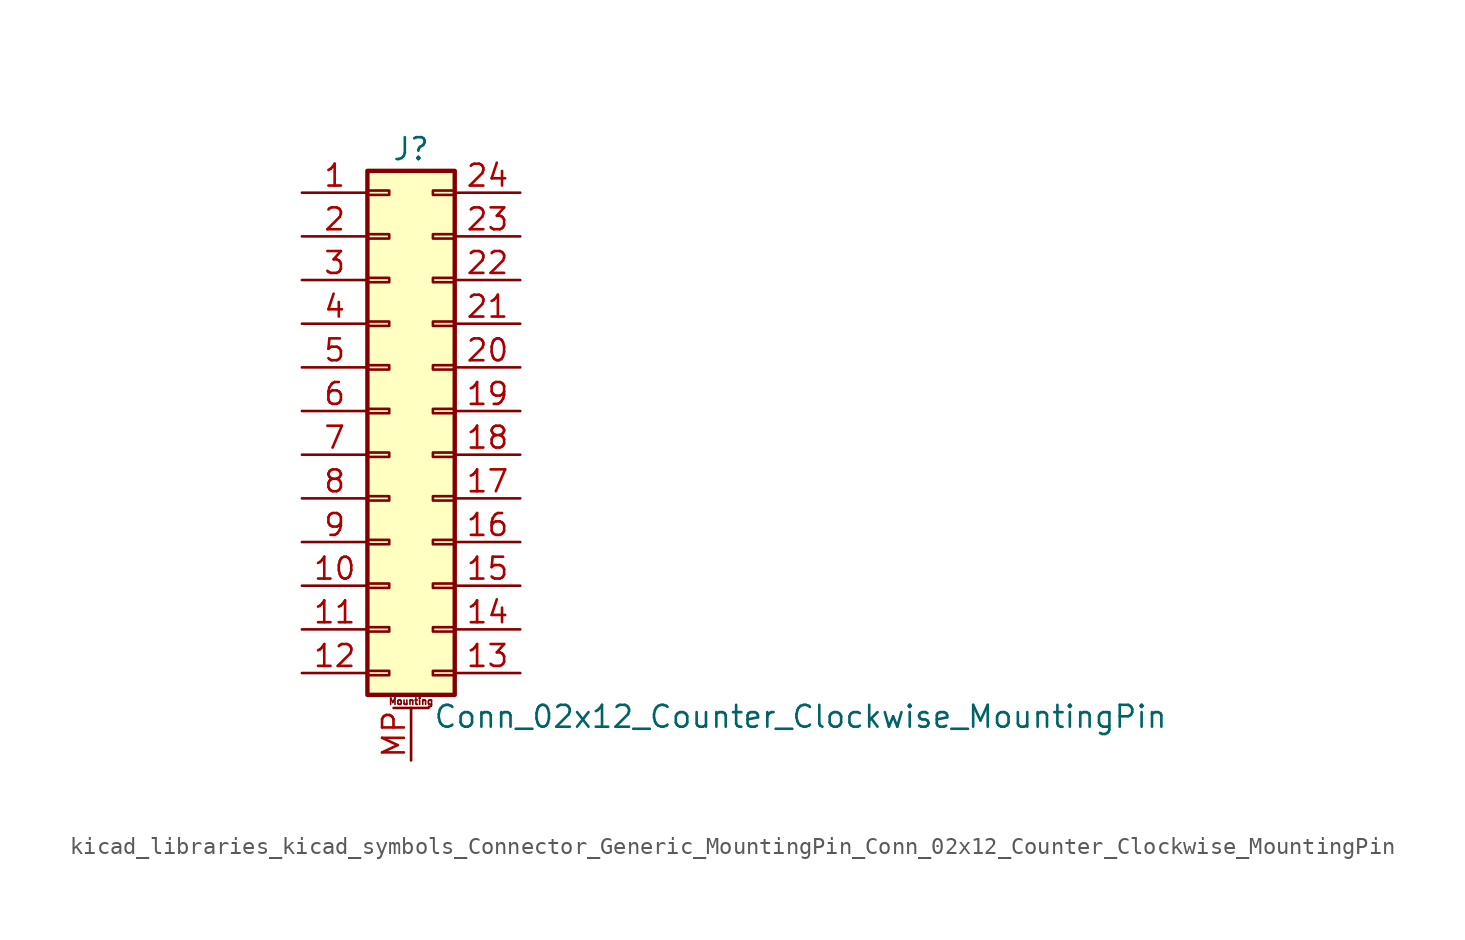
<source format=kicad_sym>
(kicad_symbol_lib
  (version 20220914)
  (generator kicad_symbol_editor)
  (symbol "kicad_libraries_kicad_symbols_Connector_Generic_MountingPin_Conn_02x12_Counter_Clockwise_MountingPin"
    (pin_names
      (offset 1.016) hide)
    (property "Reference" "J"
      (at 1.27 15.24 0)
      (effects (font (size 1.27 1.27))))
    (property "Value" "Conn_02x12_Counter_Clockwise_MountingPin"
      (at 2.54 -17.78 0)
      (effects (font (size 1.27 1.27)) (justify left)))
    (symbol "kicad_libraries_kicad_symbols_Connector_Generic_MountingPin_Conn_02x12_Counter_Clockwise_MountingPin_1_1"
      (rectangle (start -1.27 -15.113) (end 0 -15.367) (stroke (width 0.152) (type default)) (fill (type none)))
      (rectangle (start -1.27 -12.573) (end 0 -12.827) (stroke (width 0.152) (type default)) (fill (type none)))
      (rectangle (start -1.27 -10.033) (end 0 -10.287) (stroke (width 0.152) (type default)) (fill (type none)))
      (rectangle (start -1.27 -7.493) (end 0 -7.747) (stroke (width 0.152) (type default)) (fill (type none)))
      (rectangle (start -1.27 -4.953) (end 0 -5.207) (stroke (width 0.152) (type default)) (fill (type none)))
      (rectangle (start -1.27 -2.413) (end 0 -2.667) (stroke (width 0.152) (type default)) (fill (type none)))
      (rectangle (start -1.27 0.127) (end 0 -0.127) (stroke (width 0.152) (type default)) (fill (type none)))
      (rectangle (start -1.27 2.667) (end 0 2.413) (stroke (width 0.152) (type default)) (fill (type none)))
      (rectangle (start -1.27 5.207) (end 0 4.953) (stroke (width 0.152) (type default)) (fill (type none)))
      (rectangle (start -1.27 7.747) (end 0 7.493) (stroke (width 0.152) (type default)) (fill (type none)))
      (rectangle (start -1.27 10.287) (end 0 10.033) (stroke (width 0.152) (type default)) (fill (type none)))
      (rectangle (start -1.27 12.827) (end 0 12.573) (stroke (width 0.152) (type default)) (fill (type none)))
      (rectangle (start -1.27 13.97) (end 3.81 -16.51) (stroke (width 0.254) (type default)) (fill (type background)))
      (polyline (pts (xy 0.254 -17.272) (xy 2.286 -17.272)) (stroke (width 0.152) (type default)) (fill (type none)))
      (rectangle (start 3.81 -15.113) (end 2.54 -15.367) (stroke (width 0.152) (type default)) (fill (type none)))
      (rectangle (start 3.81 -12.573) (end 2.54 -12.827) (stroke (width 0.152) (type default)) (fill (type none)))
      (rectangle (start 3.81 -10.033) (end 2.54 -10.287) (stroke (width 0.152) (type default)) (fill (type none)))
      (rectangle (start 3.81 -7.493) (end 2.54 -7.747) (stroke (width 0.152) (type default)) (fill (type none)))
      (rectangle (start 3.81 -4.953) (end 2.54 -5.207) (stroke (width 0.152) (type default)) (fill (type none)))
      (rectangle (start 3.81 -2.413) (end 2.54 -2.667) (stroke (width 0.152) (type default)) (fill (type none)))
      (rectangle (start 3.81 0.127) (end 2.54 -0.127) (stroke (width 0.152) (type default)) (fill (type none)))
      (rectangle (start 3.81 2.667) (end 2.54 2.413) (stroke (width 0.152) (type default)) (fill (type none)))
      (rectangle (start 3.81 5.207) (end 2.54 4.953) (stroke (width 0.152) (type default)) (fill (type none)))
      (rectangle (start 3.81 7.747) (end 2.54 7.493) (stroke (width 0.152) (type default)) (fill (type none)))
      (rectangle (start 3.81 10.287) (end 2.54 10.033) (stroke (width 0.152) (type default)) (fill (type none)))
      (rectangle (start 3.81 12.827) (end 2.54 12.573) (stroke (width 0.152) (type default)) (fill (type none)))
      (text "Mounting" (at 1.27 -16.891 0) (effects (font (size 0.381 0.381))))
      (pin passive line (at -5.08 12.7 0) (length 3.81) (name "Pin_1" (effects (font (size 1.27 1.27)))) (number "1" (effects (font (size 1.27 1.27)))))
      (pin passive line (at -5.08 -10.16 0) (length 3.81) (name "Pin_10" (effects (font (size 1.27 1.27)))) (number "10" (effects (font (size 1.27 1.27)))))
      (pin passive line (at -5.08 -12.7 0) (length 3.81) (name "Pin_11" (effects (font (size 1.27 1.27)))) (number "11" (effects (font (size 1.27 1.27)))))
      (pin passive line (at -5.08 -15.24 0) (length 3.81) (name "Pin_12" (effects (font (size 1.27 1.27)))) (number "12" (effects (font (size 1.27 1.27)))))
      (pin passive line (at 7.62 -15.24 180) (length 3.81) (name "Pin_13" (effects (font (size 1.27 1.27)))) (number "13" (effects (font (size 1.27 1.27)))))
      (pin passive line (at 7.62 -12.7 180) (length 3.81) (name "Pin_14" (effects (font (size 1.27 1.27)))) (number "14" (effects (font (size 1.27 1.27)))))
      (pin passive line (at 7.62 -10.16 180) (length 3.81) (name "Pin_15" (effects (font (size 1.27 1.27)))) (number "15" (effects (font (size 1.27 1.27)))))
      (pin passive line (at 7.62 -7.62 180) (length 3.81) (name "Pin_16" (effects (font (size 1.27 1.27)))) (number "16" (effects (font (size 1.27 1.27)))))
      (pin passive line (at 7.62 -5.08 180) (length 3.81) (name "Pin_17" (effects (font (size 1.27 1.27)))) (number "17" (effects (font (size 1.27 1.27)))))
      (pin passive line (at 7.62 -2.54 180) (length 3.81) (name "Pin_18" (effects (font (size 1.27 1.27)))) (number "18" (effects (font (size 1.27 1.27)))))
      (pin passive line (at 7.62 0 180) (length 3.81) (name "Pin_19" (effects (font (size 1.27 1.27)))) (number "19" (effects (font (size 1.27 1.27)))))
      (pin passive line (at -5.08 10.16 0) (length 3.81) (name "Pin_2" (effects (font (size 1.27 1.27)))) (number "2" (effects (font (size 1.27 1.27)))))
      (pin passive line (at 7.62 2.54 180) (length 3.81) (name "Pin_20" (effects (font (size 1.27 1.27)))) (number "20" (effects (font (size 1.27 1.27)))))
      (pin passive line (at 7.62 5.08 180) (length 3.81) (name "Pin_21" (effects (font (size 1.27 1.27)))) (number "21" (effects (font (size 1.27 1.27)))))
      (pin passive line (at 7.62 7.62 180) (length 3.81) (name "Pin_22" (effects (font (size 1.27 1.27)))) (number "22" (effects (font (size 1.27 1.27)))))
      (pin passive line (at 7.62 10.16 180) (length 3.81) (name "Pin_23" (effects (font (size 1.27 1.27)))) (number "23" (effects (font (size 1.27 1.27)))))
      (pin passive line (at 7.62 12.7 180) (length 3.81) (name "Pin_24" (effects (font (size 1.27 1.27)))) (number "24" (effects (font (size 1.27 1.27)))))
      (pin passive line (at -5.08 7.62 0) (length 3.81) (name "Pin_3" (effects (font (size 1.27 1.27)))) (number "3" (effects (font (size 1.27 1.27)))))
      (pin passive line (at -5.08 5.08 0) (length 3.81) (name "Pin_4" (effects (font (size 1.27 1.27)))) (number "4" (effects (font (size 1.27 1.27)))))
      (pin passive line (at -5.08 2.54 0) (length 3.81) (name "Pin_5" (effects (font (size 1.27 1.27)))) (number "5" (effects (font (size 1.27 1.27)))))
      (pin passive line (at -5.08 0 0) (length 3.81) (name "Pin_6" (effects (font (size 1.27 1.27)))) (number "6" (effects (font (size 1.27 1.27)))))
      (pin passive line (at -5.08 -2.54 0) (length 3.81) (name "Pin_7" (effects (font (size 1.27 1.27)))) (number "7" (effects (font (size 1.27 1.27)))))
      (pin passive line (at -5.08 -5.08 0) (length 3.81) (name "Pin_8" (effects (font (size 1.27 1.27)))) (number "8" (effects (font (size 1.27 1.27)))))
      (pin passive line (at -5.08 -7.62 0) (length 3.81) (name "Pin_9" (effects (font (size 1.27 1.27)))) (number "9" (effects (font (size 1.27 1.27)))))
      (pin passive line (at 1.27 -20.32 90) (length 3.048) (name "MountPin" (effects (font (size 1.27 1.27)))) (number "MP" (effects (font (size 1.27 1.27))))))))
</source>
